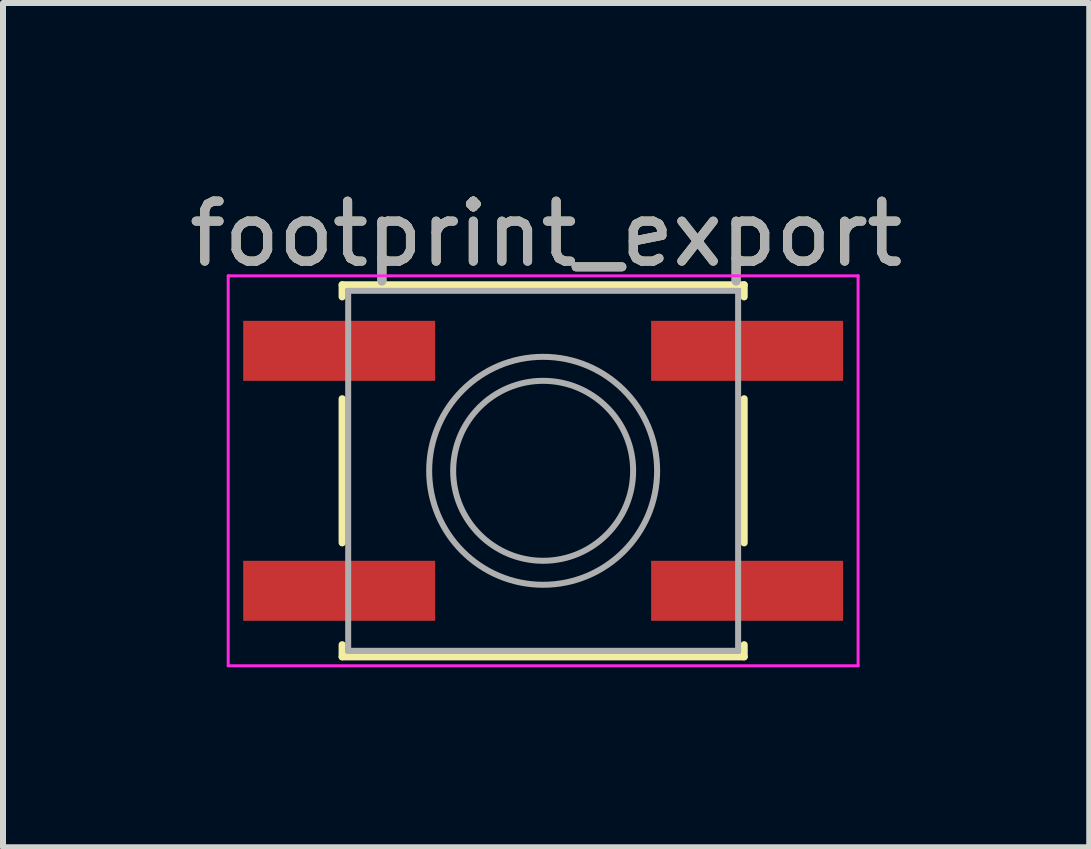
<source format=kicad_pcb>
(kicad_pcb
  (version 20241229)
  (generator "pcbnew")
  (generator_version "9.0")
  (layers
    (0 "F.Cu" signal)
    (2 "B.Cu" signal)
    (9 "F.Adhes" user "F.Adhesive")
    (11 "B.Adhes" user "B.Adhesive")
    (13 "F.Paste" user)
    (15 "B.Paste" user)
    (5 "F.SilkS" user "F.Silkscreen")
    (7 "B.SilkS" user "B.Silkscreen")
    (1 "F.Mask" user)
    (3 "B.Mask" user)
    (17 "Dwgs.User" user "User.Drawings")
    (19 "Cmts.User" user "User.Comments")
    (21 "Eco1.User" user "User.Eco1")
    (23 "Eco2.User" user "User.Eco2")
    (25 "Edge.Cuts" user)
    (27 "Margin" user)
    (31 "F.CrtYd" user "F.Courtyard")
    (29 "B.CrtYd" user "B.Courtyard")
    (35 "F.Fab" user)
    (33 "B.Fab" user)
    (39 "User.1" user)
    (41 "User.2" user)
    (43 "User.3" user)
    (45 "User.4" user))
  (footprint "footprint_export"
    (layer "F.Cu")
    (at 6.004 4.798)
    (property "Reference" "footprint_export" (at 0.05 -3.95 0) (layer "F.SilkS") (effects (font (size 1 1) (thickness 0.15))))
    (attr smd)
    (fp_line (start -3.35 -3.1) (end -3.35 -2.9) (stroke (width 0.12) (type solid)) (layer "F.SilkS"))
    (fp_line (start -3.35 -1.2) (end -3.35 1.2) (stroke (width 0.12) (type solid)) (layer "F.SilkS"))
    (fp_line (start -3.35 3.1) (end -3.35 2.9) (stroke (width 0.12) (type solid)) (layer "F.SilkS"))
    (fp_line (start -3.35 3.1) (end 3.35 3.1) (stroke (width 0.12) (type solid)) (layer "F.SilkS"))
    (fp_line (start 3.35 -3.1) (end -3.35 -3.1) (stroke (width 0.12) (type solid)) (layer "F.SilkS"))
    (fp_line (start 3.35 -3.1) (end 3.35 -2.9) (stroke (width 0.12) (type solid)) (layer "F.SilkS"))
    (fp_line (start 3.35 -1.2) (end 3.35 1.2) (stroke (width 0.12) (type solid)) (layer "F.SilkS"))
    (fp_line (start 3.35 3.1) (end 3.35 2.9) (stroke (width 0.12) (type solid)) (layer "F.SilkS"))
    (fp_line (start -5.25 -3.25) (end 5.25 -3.25) (stroke (width 0.05) (type solid)) (layer "F.CrtYd"))
    (fp_line (start -5.25 3.25) (end -5.25 -3.25) (stroke (width 0.05) (type solid)) (layer "F.CrtYd"))
    (fp_line (start 5.25 -3.25) (end 5.25 3.25) (stroke (width 0.05) (type solid)) (layer "F.CrtYd"))
    (fp_line (start 5.25 3.25) (end -5.25 3.25) (stroke (width 0.05) (type solid)) (layer "F.CrtYd"))
    (fp_line (start -3.25 -3) (end 3.25 -3) (stroke (width 0.1) (type solid)) (layer "F.Fab"))
    (fp_line (start -3.25 3) (end -3.25 -3) (stroke (width 0.1) (type solid)) (layer "F.Fab"))
    (fp_line (start 3.25 -3) (end 3.25 3) (stroke (width 0.1) (type solid)) (layer "F.Fab"))
    (fp_line (start 3.25 3) (end -3.25 3) (stroke (width 0.1) (type solid)) (layer "F.Fab"))
    (fp_circle (center 0 0) (end 1.5 0) (stroke (width 0.1) (type solid)) (fill no) (layer "F.Fab"))
    (fp_circle (center 0 0) (end 1.9 0) (stroke (width 0.1) (type solid)) (fill no) (layer "F.Fab"))
    (fp_text user "${REFERENCE}" (at 0.05 -3.95 0) (layer "F.Fab") (effects (font (size 1 1) (thickness 0.15))))
    (pad "1" smd rect (at -3.4 -2) (size 3.2 1) (layers "F.Cu" "F.Mask" "F.Paste"))
    (pad "1" smd rect (at 3.4 -2) (size 3.2 1) (layers "F.Cu" "F.Mask" "F.Paste"))
    (pad "2" smd rect (at -3.4 2) (size 3.2 1) (layers "F.Cu" "F.Mask" "F.Paste"))
    (pad "2" smd rect (at 3.4 2) (size 3.2 1) (layers "F.Cu" "F.Mask" "F.Paste")))
  (gr_rect
    (start -3 -3)
    (end 15.107 11.073)
    (stroke (width 0.1) (type default))
    (fill no)
    (layer "Edge.Cuts")))
</source>
